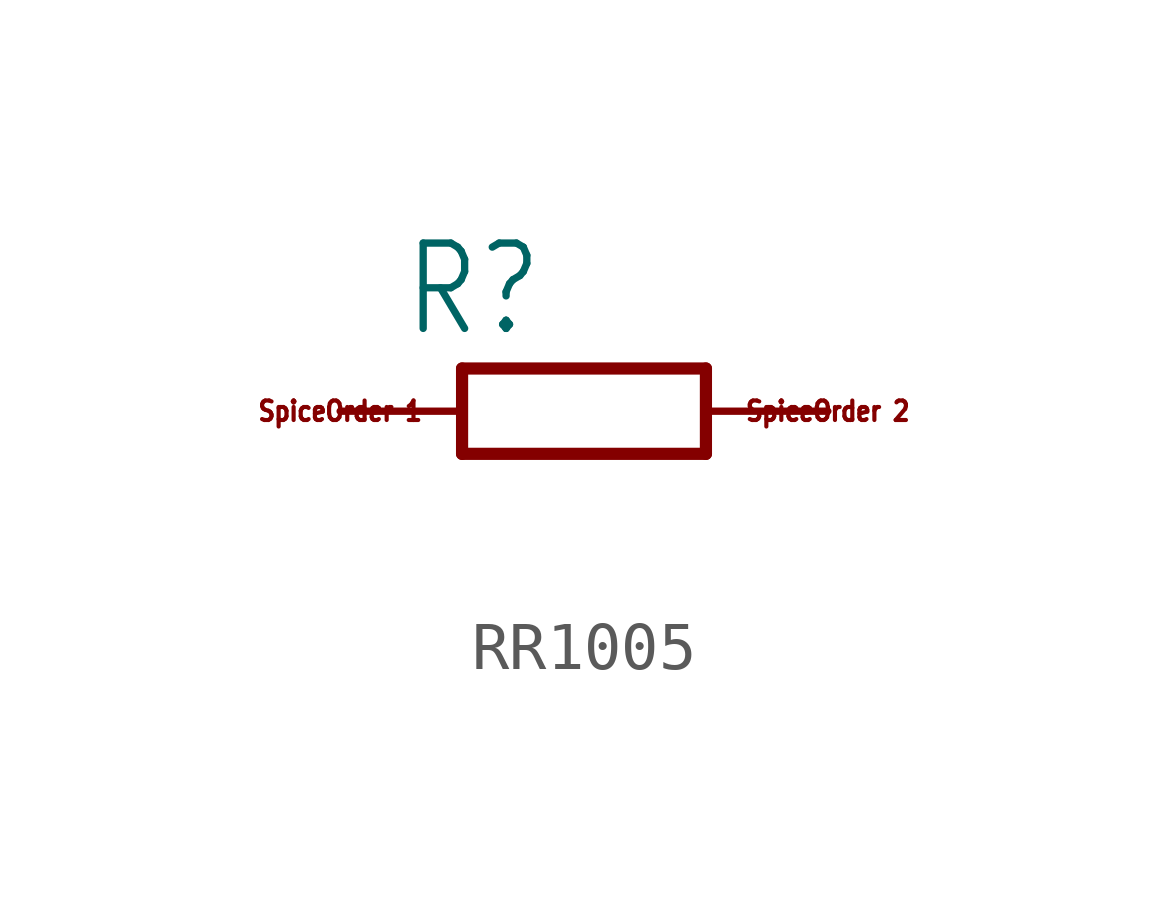
<source format=kicad_sym>
(kicad_symbol_lib
  (version 20220914)
  (generator kicad_symbol_editor)
  (symbol "RR1005"
    (property "Reference" "R"
      (at -3.81 1.499 0)
      (effects (font (size 1.778 1.511)) (justify left bottom)))
    (property "Value" ""
      (at -3.81 -3.302 0)
      (effects (font (size 1.778 1.511)) (justify left bottom)))
    (property "ki_locked" ""
      (at 0 0 0)
      (effects (font (size 1.27 1.27))))
    (symbol "RR1005_1_0"
      (polyline (pts (xy -2.54 -0.889) (xy -2.54 0.889)) (stroke (width 0.254) (type solid)) (fill (type none)))
      (polyline (pts (xy -2.54 -0.889) (xy 2.54 -0.889)) (stroke (width 0.254) (type solid)) (fill (type none)))
      (polyline (pts (xy 2.54 -0.889) (xy 2.54 0.889)) (stroke (width 0.254) (type solid)) (fill (type none)))
      (polyline (pts (xy 2.54 0.889) (xy -2.54 0.889)) (stroke (width 0.254) (type solid)) (fill (type none)))
      (text "SpiceOrder 1" (at -5.08 0 0) (effects (font (size 0.406 0.345))))
      (text "SpiceOrder 2" (at 5.08 0 0) (effects (font (size 0.406 0.345))))
      (pin passive line (at -5.08 0 0) (length 2.54) (name "1" (effects (font (size 0 0)))) (number "1" (effects (font (size 0 0)))))
      (pin passive line (at 5.08 0 180) (length 2.54) (name "2" (effects (font (size 0 0)))) (number "2" (effects (font (size 0 0))))))))
</source>
